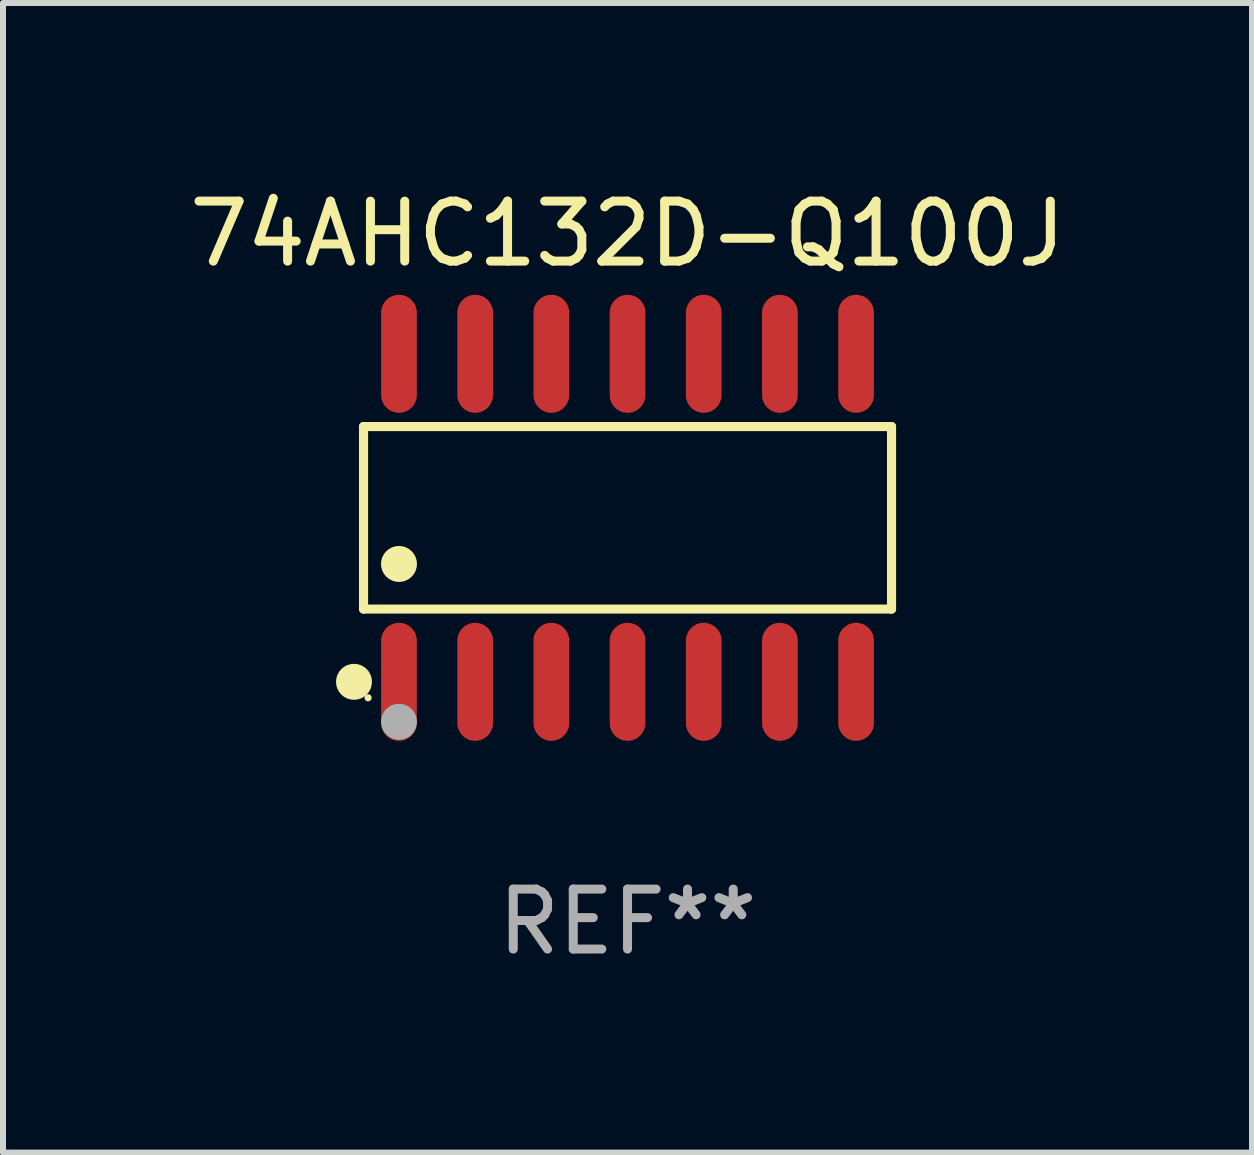
<source format=kicad_pcb>
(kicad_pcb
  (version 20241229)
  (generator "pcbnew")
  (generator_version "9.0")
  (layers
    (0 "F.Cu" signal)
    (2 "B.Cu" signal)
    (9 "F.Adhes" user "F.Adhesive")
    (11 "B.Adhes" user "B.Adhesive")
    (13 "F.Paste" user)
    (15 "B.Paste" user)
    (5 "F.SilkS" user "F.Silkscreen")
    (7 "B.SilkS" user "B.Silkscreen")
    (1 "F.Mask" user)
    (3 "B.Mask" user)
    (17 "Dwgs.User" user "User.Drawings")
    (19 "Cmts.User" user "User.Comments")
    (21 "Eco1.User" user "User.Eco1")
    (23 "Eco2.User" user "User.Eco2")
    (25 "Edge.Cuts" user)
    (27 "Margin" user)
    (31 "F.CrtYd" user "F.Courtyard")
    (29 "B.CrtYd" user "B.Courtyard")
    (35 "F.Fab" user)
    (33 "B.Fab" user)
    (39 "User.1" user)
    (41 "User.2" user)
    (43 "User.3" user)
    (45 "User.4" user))
  (footprint "74AHC132D-Q100J"
    (layer "F.Cu")
    (at 7.411 5.582)
    (property "Reference" "74AHC132D-Q100J" (at 0 -4.734 0) (layer "F.SilkS") (effects (font (size 1 1) (thickness 0.15))))
    (attr through_hole)
    (fp_line (start -4.401 -1.521) (end 4.401 -1.521) (stroke (width 0.152) (type solid)) (layer "F.SilkS"))
    (fp_line (start -4.401 1.521) (end -4.401 -1.521) (stroke (width 0.152) (type solid)) (layer "F.SilkS"))
    (fp_line (start 4.401 -1.521) (end 4.401 1.521) (stroke (width 0.152) (type solid)) (layer "F.SilkS"))
    (fp_line (start 4.401 1.521) (end -4.401 1.521) (stroke (width 0.152) (type solid)) (layer "F.SilkS"))
    (fp_circle (center -4.56 2.734) (end -4.41 2.734) (stroke (width 0.3) (type solid)) (fill no) (layer "F.SilkS"))
    (fp_circle (center -4.325 3) (end -4.295 3) (stroke (width 0.06) (type solid)) (fill no) (layer "F.SilkS"))
    (fp_circle (center -3.81 0.769) (end -3.66 0.769) (stroke (width 0.3) (type solid)) (fill no) (layer "F.SilkS"))
    (fp_circle (center -3.81 3.4) (end -3.66 3.4) (stroke (width 0.3) (type solid)) (fill no) (layer "F.Fab"))
    (fp_text user "REF**" (at 0 6.734 0) (layer "F.Fab") (effects (font (size 1 1) (thickness 0.15))))
    (pad "1" smd oval (at -3.81 2.734) (size 0.595 1.968) (layers "F.Cu" "F.Mask" "F.Paste"))
    (pad "2" smd oval (at -2.54 2.734) (size 0.595 1.968) (layers "F.Cu" "F.Mask" "F.Paste"))
    (pad "3" smd oval (at -1.27 2.734) (size 0.595 1.968) (layers "F.Cu" "F.Mask" "F.Paste"))
    (pad "4" smd oval (at 0 2.734) (size 0.595 1.968) (layers "F.Cu" "F.Mask" "F.Paste"))
    (pad "5" smd oval (at 1.27 2.734) (size 0.595 1.968) (layers "F.Cu" "F.Mask" "F.Paste"))
    (pad "6" smd oval (at 2.54 2.734) (size 0.595 1.968) (layers "F.Cu" "F.Mask" "F.Paste"))
    (pad "7" smd oval (at 3.81 2.734) (size 0.595 1.968) (layers "F.Cu" "F.Mask" "F.Paste"))
    (pad "8" smd oval (at 3.81 -2.734) (size 0.595 1.968) (layers "F.Cu" "F.Mask" "F.Paste"))
    (pad "9" smd oval (at 2.54 -2.734) (size 0.595 1.968) (layers "F.Cu" "F.Mask" "F.Paste"))
    (pad "10" smd oval (at 1.27 -2.734) (size 0.595 1.968) (layers "F.Cu" "F.Mask" "F.Paste"))
    (pad "11" smd oval (at 0 -2.734) (size 0.595 1.968) (layers "F.Cu" "F.Mask" "F.Paste"))
    (pad "12" smd oval (at -1.27 -2.734) (size 0.595 1.968) (layers "F.Cu" "F.Mask" "F.Paste"))
    (pad "13" smd oval (at -2.54 -2.734) (size 0.595 1.968) (layers "F.Cu" "F.Mask" "F.Paste"))
    (pad "14" smd oval (at -3.81 -2.734) (size 0.595 1.968) (layers "F.Cu" "F.Mask" "F.Paste")))
  (gr_rect
    (start -3 -3)
    (end 17.821 16.164)
    (stroke (width 0.1) (type default))
    (fill no)
    (layer "Edge.Cuts")))
</source>
